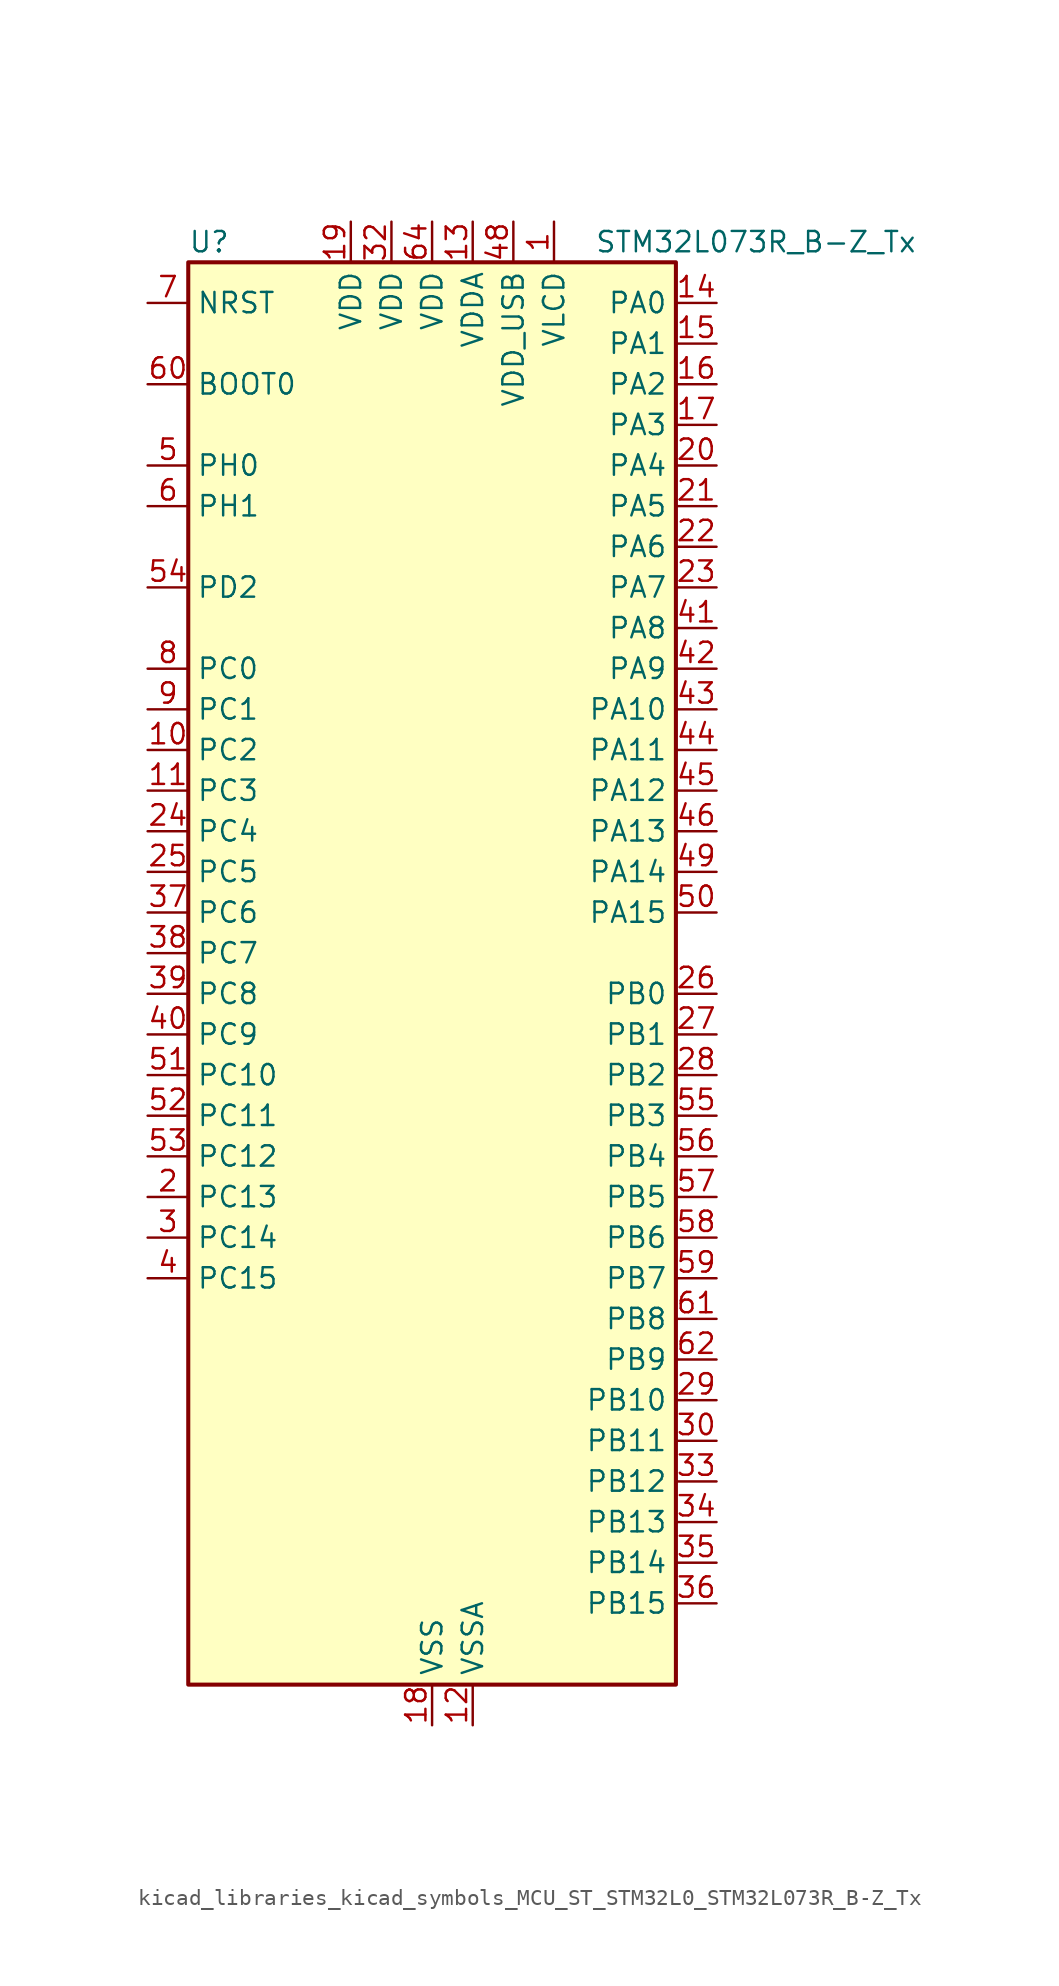
<source format=kicad_sym>
(kicad_symbol_lib
  (version 20220914)
  (generator kicad_symbol_editor)
  (symbol "kicad_libraries_kicad_symbols_MCU_ST_STM32L0_STM32L073R_B-Z_Tx"
    (property "Reference" "U"
      (at -15.24 46.99 0)
      (effects (font (size 1.27 1.27)) (justify left)))
    (property "Value" "STM32L073R_B-Z_Tx"
      (at 10.16 46.99 0)
      (effects (font (size 1.27 1.27)) (justify left)))
    (property "ki_locked" ""
      (at 0 0 0)
      (effects (font (size 1.27 1.27))))
    (symbol "kicad_libraries_kicad_symbols_MCU_ST_STM32L0_STM32L073R_B-Z_Tx_0_1"
      (rectangle (start -15.24 -43.18) (end 15.24 45.72) (stroke (width 0.254) (type default)) (fill (type background))))
    (symbol "kicad_libraries_kicad_symbols_MCU_ST_STM32L0_STM32L073R_B-Z_Tx_1_1"
      (pin power_in line (at 7.62 48.26 270) (length 2.54) (name "VLCD" (effects (font (size 1.27 1.27)))) (number "1" (effects (font (size 1.27 1.27)))))
      (pin bidirectional line (at -17.78 15.24 0) (length 2.54) (name "PC2" (effects (font (size 1.27 1.27)))) (number "10" (effects (font (size 1.27 1.27)))) (alternate "ADC_IN12" bidirectional line) (alternate "I2S2_MCK" bidirectional line) (alternate "LCD_SEG20" bidirectional line) (alternate "LPTIM1_IN2" bidirectional line) (alternate "SPI2_MISO" bidirectional line) (alternate "TSC_G7_IO3" bidirectional line))
      (pin bidirectional line (at -17.78 12.7 0) (length 2.54) (name "PC3" (effects (font (size 1.27 1.27)))) (number "11" (effects (font (size 1.27 1.27)))) (alternate "ADC_IN13" bidirectional line) (alternate "I2S2_SD" bidirectional line) (alternate "LCD_SEG21" bidirectional line) (alternate "LPTIM1_ETR" bidirectional line) (alternate "SPI2_MOSI" bidirectional line) (alternate "TSC_G7_IO4" bidirectional line))
      (pin power_in line (at 2.54 -45.72 90) (length 2.54) (name "VSSA" (effects (font (size 1.27 1.27)))) (number "12" (effects (font (size 1.27 1.27)))))
      (pin power_in line (at 2.54 48.26 270) (length 2.54) (name "VDDA" (effects (font (size 1.27 1.27)))) (number "13" (effects (font (size 1.27 1.27)))))
      (pin bidirectional line (at 17.78 43.18 180) (length 2.54) (name "PA0" (effects (font (size 1.27 1.27)))) (number "14" (effects (font (size 1.27 1.27)))) (alternate "ADC_IN0" bidirectional line) (alternate "COMP1_INM" bidirectional line) (alternate "COMP1_OUT" bidirectional line) (alternate "RTC_TAMP2" bidirectional line) (alternate "SYS_WKUP1" bidirectional line) (alternate "TIM2_CH1" bidirectional line) (alternate "TIM2_ETR" bidirectional line) (alternate "TSC_G1_IO1" bidirectional line) (alternate "USART2_CTS" bidirectional line) (alternate "USART4_TX" bidirectional line))
      (pin bidirectional line (at 17.78 40.64 180) (length 2.54) (name "PA1" (effects (font (size 1.27 1.27)))) (number "15" (effects (font (size 1.27 1.27)))) (alternate "ADC_IN1" bidirectional line) (alternate "COMP1_INP" bidirectional line) (alternate "LCD_SEG0" bidirectional line) (alternate "TIM21_ETR" bidirectional line) (alternate "TIM2_CH2" bidirectional line) (alternate "TSC_G1_IO2" bidirectional line) (alternate "USART2_DE" bidirectional line) (alternate "USART2_RTS" bidirectional line) (alternate "USART4_RX" bidirectional line))
      (pin bidirectional line (at 17.78 38.1 180) (length 2.54) (name "PA2" (effects (font (size 1.27 1.27)))) (number "16" (effects (font (size 1.27 1.27)))) (alternate "ADC_IN2" bidirectional line) (alternate "COMP2_INM" bidirectional line) (alternate "COMP2_OUT" bidirectional line) (alternate "LCD_SEG1" bidirectional line) (alternate "LPUART1_TX" bidirectional line) (alternate "TIM21_CH1" bidirectional line) (alternate "TIM2_CH3" bidirectional line) (alternate "TSC_G1_IO3" bidirectional line) (alternate "USART2_TX" bidirectional line))
      (pin bidirectional line (at 17.78 35.56 180) (length 2.54) (name "PA3" (effects (font (size 1.27 1.27)))) (number "17" (effects (font (size 1.27 1.27)))) (alternate "ADC_IN3" bidirectional line) (alternate "COMP2_INP" bidirectional line) (alternate "LCD_SEG2" bidirectional line) (alternate "LPUART1_RX" bidirectional line) (alternate "TIM21_CH2" bidirectional line) (alternate "TIM2_CH4" bidirectional line) (alternate "TSC_G1_IO4" bidirectional line) (alternate "USART2_RX" bidirectional line))
      (pin power_in line (at 0 -45.72 90) (length 2.54) (name "VSS" (effects (font (size 1.27 1.27)))) (number "18" (effects (font (size 1.27 1.27)))))
      (pin power_in line (at -5.08 48.26 270) (length 2.54) (name "VDD" (effects (font (size 1.27 1.27)))) (number "19" (effects (font (size 1.27 1.27)))))
      (pin bidirectional line (at -17.78 -12.7 0) (length 2.54) (name "PC13" (effects (font (size 1.27 1.27)))) (number "2" (effects (font (size 1.27 1.27)))) (alternate "RTC_OUT_ALARM" bidirectional line) (alternate "RTC_OUT_CALIB" bidirectional line) (alternate "RTC_TAMP1" bidirectional line) (alternate "RTC_TS" bidirectional line) (alternate "SYS_WKUP2" bidirectional line))
      (pin bidirectional line (at 17.78 33.02 180) (length 2.54) (name "PA4" (effects (font (size 1.27 1.27)))) (number "20" (effects (font (size 1.27 1.27)))) (alternate "ADC_IN4" bidirectional line) (alternate "COMP1_INM" bidirectional line) (alternate "COMP2_INM" bidirectional line) (alternate "DAC_OUT1" bidirectional line) (alternate "SPI1_NSS" bidirectional line) (alternate "TIM22_ETR" bidirectional line) (alternate "TSC_G2_IO1" bidirectional line) (alternate "USART2_CK" bidirectional line))
      (pin bidirectional line (at 17.78 30.48 180) (length 2.54) (name "PA5" (effects (font (size 1.27 1.27)))) (number "21" (effects (font (size 1.27 1.27)))) (alternate "ADC_IN5" bidirectional line) (alternate "COMP1_INM" bidirectional line) (alternate "COMP2_INM" bidirectional line) (alternate "DAC_OUT2" bidirectional line) (alternate "SPI1_SCK" bidirectional line) (alternate "TIM2_CH1" bidirectional line) (alternate "TIM2_ETR" bidirectional line) (alternate "TSC_G2_IO2" bidirectional line))
      (pin bidirectional line (at 17.78 27.94 180) (length 2.54) (name "PA6" (effects (font (size 1.27 1.27)))) (number "22" (effects (font (size 1.27 1.27)))) (alternate "ADC_IN6" bidirectional line) (alternate "COMP1_OUT" bidirectional line) (alternate "LCD_SEG3" bidirectional line) (alternate "LPUART1_CTS" bidirectional line) (alternate "SPI1_MISO" bidirectional line) (alternate "TIM22_CH1" bidirectional line) (alternate "TIM3_CH1" bidirectional line) (alternate "TSC_G2_IO3" bidirectional line))
      (pin bidirectional line (at 17.78 25.4 180) (length 2.54) (name "PA7" (effects (font (size 1.27 1.27)))) (number "23" (effects (font (size 1.27 1.27)))) (alternate "ADC_IN7" bidirectional line) (alternate "COMP2_OUT" bidirectional line) (alternate "LCD_SEG4" bidirectional line) (alternate "SPI1_MOSI" bidirectional line) (alternate "TIM22_CH2" bidirectional line) (alternate "TIM3_CH2" bidirectional line) (alternate "TSC_G2_IO4" bidirectional line))
      (pin bidirectional line (at -17.78 10.16 0) (length 2.54) (name "PC4" (effects (font (size 1.27 1.27)))) (number "24" (effects (font (size 1.27 1.27)))) (alternate "ADC_IN14" bidirectional line) (alternate "LCD_SEG22" bidirectional line) (alternate "LPUART1_TX" bidirectional line))
      (pin bidirectional line (at -17.78 7.62 0) (length 2.54) (name "PC5" (effects (font (size 1.27 1.27)))) (number "25" (effects (font (size 1.27 1.27)))) (alternate "ADC_IN15" bidirectional line) (alternate "LCD_SEG23" bidirectional line) (alternate "LPUART1_RX" bidirectional line) (alternate "TSC_G3_IO1" bidirectional line))
      (pin bidirectional line (at 17.78 0 180) (length 2.54) (name "PB0" (effects (font (size 1.27 1.27)))) (number "26" (effects (font (size 1.27 1.27)))) (alternate "ADC_IN8" bidirectional line) (alternate "LCD_SEG5" bidirectional line) (alternate "LCD_VLCD3" bidirectional line) (alternate "SYS_VREF_OUT_PB0" bidirectional line) (alternate "TIM3_CH3" bidirectional line) (alternate "TSC_G3_IO2" bidirectional line))
      (pin bidirectional line (at 17.78 -2.54 180) (length 2.54) (name "PB1" (effects (font (size 1.27 1.27)))) (number "27" (effects (font (size 1.27 1.27)))) (alternate "ADC_IN9" bidirectional line) (alternate "LCD_SEG6" bidirectional line) (alternate "LPUART1_DE" bidirectional line) (alternate "LPUART1_RTS" bidirectional line) (alternate "SYS_VREF_OUT_PB1" bidirectional line) (alternate "TIM3_CH4" bidirectional line) (alternate "TSC_G3_IO3" bidirectional line))
      (pin bidirectional line (at 17.78 -5.08 180) (length 2.54) (name "PB2" (effects (font (size 1.27 1.27)))) (number "28" (effects (font (size 1.27 1.27)))) (alternate "I2C3_SMBA" bidirectional line) (alternate "LCD_VLCD2" bidirectional line) (alternate "LPTIM1_OUT" bidirectional line) (alternate "TSC_G3_IO4" bidirectional line))
      (pin bidirectional line (at 17.78 -25.4 180) (length 2.54) (name "PB10" (effects (font (size 1.27 1.27)))) (number "29" (effects (font (size 1.27 1.27)))) (alternate "I2C2_SCL" bidirectional line) (alternate "LCD_SEG10" bidirectional line) (alternate "LPUART1_RX" bidirectional line) (alternate "LPUART1_TX" bidirectional line) (alternate "SPI2_SCK" bidirectional line) (alternate "TIM2_CH3" bidirectional line) (alternate "TSC_SYNC" bidirectional line))
      (pin bidirectional line (at -17.78 -15.24 0) (length 2.54) (name "PC14" (effects (font (size 1.27 1.27)))) (number "3" (effects (font (size 1.27 1.27)))) (alternate "RCC_OSC32_IN" bidirectional line))
      (pin bidirectional line (at 17.78 -27.94 180) (length 2.54) (name "PB11" (effects (font (size 1.27 1.27)))) (number "30" (effects (font (size 1.27 1.27)))) (alternate "ADC_EXTI11" bidirectional line) (alternate "I2C2_SDA" bidirectional line) (alternate "LCD_SEG11" bidirectional line) (alternate "LPUART1_RX" bidirectional line) (alternate "LPUART1_TX" bidirectional line) (alternate "TIM2_CH4" bidirectional line) (alternate "TSC_G6_IO1" bidirectional line))
      (pin passive line (at 0 -45.72 90) (length 2.54) hide (name "VSS" (effects (font (size 1.27 1.27)))) (number "31" (effects (font (size 1.27 1.27)))))
      (pin power_in line (at -2.54 48.26 270) (length 2.54) (name "VDD" (effects (font (size 1.27 1.27)))) (number "32" (effects (font (size 1.27 1.27)))))
      (pin bidirectional line (at 17.78 -30.48 180) (length 2.54) (name "PB12" (effects (font (size 1.27 1.27)))) (number "33" (effects (font (size 1.27 1.27)))) (alternate "I2S2_WS" bidirectional line) (alternate "LCD_SEG12" bidirectional line) (alternate "LCD_VLCD2" bidirectional line) (alternate "LPUART1_DE" bidirectional line) (alternate "LPUART1_RTS" bidirectional line) (alternate "SPI2_NSS" bidirectional line) (alternate "TSC_G6_IO2" bidirectional line))
      (pin bidirectional line (at 17.78 -33.02 180) (length 2.54) (name "PB13" (effects (font (size 1.27 1.27)))) (number "34" (effects (font (size 1.27 1.27)))) (alternate "I2C2_SCL" bidirectional line) (alternate "I2S2_CK" bidirectional line) (alternate "LCD_SEG13" bidirectional line) (alternate "LPUART1_CTS" bidirectional line) (alternate "RCC_MCO" bidirectional line) (alternate "SPI2_SCK" bidirectional line) (alternate "TIM21_CH1" bidirectional line) (alternate "TSC_G6_IO3" bidirectional line))
      (pin bidirectional line (at 17.78 -35.56 180) (length 2.54) (name "PB14" (effects (font (size 1.27 1.27)))) (number "35" (effects (font (size 1.27 1.27)))) (alternate "I2C2_SDA" bidirectional line) (alternate "I2S2_MCK" bidirectional line) (alternate "LCD_SEG14" bidirectional line) (alternate "LPUART1_DE" bidirectional line) (alternate "LPUART1_RTS" bidirectional line) (alternate "RTC_OUT_ALARM" bidirectional line) (alternate "RTC_OUT_CALIB" bidirectional line) (alternate "SPI2_MISO" bidirectional line) (alternate "TIM21_CH2" bidirectional line) (alternate "TSC_G6_IO4" bidirectional line))
      (pin bidirectional line (at 17.78 -38.1 180) (length 2.54) (name "PB15" (effects (font (size 1.27 1.27)))) (number "36" (effects (font (size 1.27 1.27)))) (alternate "I2S2_SD" bidirectional line) (alternate "LCD_SEG15" bidirectional line) (alternate "RTC_REFIN" bidirectional line) (alternate "SPI2_MOSI" bidirectional line))
      (pin bidirectional line (at -17.78 5.08 0) (length 2.54) (name "PC6" (effects (font (size 1.27 1.27)))) (number "37" (effects (font (size 1.27 1.27)))) (alternate "LCD_SEG24" bidirectional line) (alternate "TIM22_CH1" bidirectional line) (alternate "TIM3_CH1" bidirectional line) (alternate "TSC_G8_IO1" bidirectional line))
      (pin bidirectional line (at -17.78 2.54 0) (length 2.54) (name "PC7" (effects (font (size 1.27 1.27)))) (number "38" (effects (font (size 1.27 1.27)))) (alternate "LCD_SEG25" bidirectional line) (alternate "TIM22_CH2" bidirectional line) (alternate "TIM3_CH2" bidirectional line) (alternate "TSC_G8_IO2" bidirectional line))
      (pin bidirectional line (at -17.78 0 0) (length 2.54) (name "PC8" (effects (font (size 1.27 1.27)))) (number "39" (effects (font (size 1.27 1.27)))) (alternate "LCD_SEG26" bidirectional line) (alternate "TIM22_ETR" bidirectional line) (alternate "TIM3_CH3" bidirectional line) (alternate "TSC_G8_IO3" bidirectional line))
      (pin bidirectional line (at -17.78 -17.78 0) (length 2.54) (name "PC15" (effects (font (size 1.27 1.27)))) (number "4" (effects (font (size 1.27 1.27)))) (alternate "RCC_OSC32_OUT" bidirectional line))
      (pin bidirectional line (at -17.78 -2.54 0) (length 2.54) (name "PC9" (effects (font (size 1.27 1.27)))) (number "40" (effects (font (size 1.27 1.27)))) (alternate "DAC_EXTI9" bidirectional line) (alternate "I2C3_SDA" bidirectional line) (alternate "LCD_SEG27" bidirectional line) (alternate "TIM21_ETR" bidirectional line) (alternate "TIM3_CH4" bidirectional line) (alternate "TSC_G8_IO4" bidirectional line) (alternate "USB_NOE" bidirectional line))
      (pin bidirectional line (at 17.78 22.86 180) (length 2.54) (name "PA8" (effects (font (size 1.27 1.27)))) (number "41" (effects (font (size 1.27 1.27)))) (alternate "CRS_SYNC" bidirectional line) (alternate "I2C3_SCL" bidirectional line) (alternate "LCD_COM0" bidirectional line) (alternate "RCC_MCO" bidirectional line) (alternate "USART1_CK" bidirectional line))
      (pin bidirectional line (at 17.78 20.32 180) (length 2.54) (name "PA9" (effects (font (size 1.27 1.27)))) (number "42" (effects (font (size 1.27 1.27)))) (alternate "DAC_EXTI9" bidirectional line) (alternate "I2C1_SCL" bidirectional line) (alternate "I2C3_SMBA" bidirectional line) (alternate "LCD_COM1" bidirectional line) (alternate "RCC_MCO" bidirectional line) (alternate "TSC_G4_IO1" bidirectional line) (alternate "USART1_TX" bidirectional line))
      (pin bidirectional line (at 17.78 17.78 180) (length 2.54) (name "PA10" (effects (font (size 1.27 1.27)))) (number "43" (effects (font (size 1.27 1.27)))) (alternate "I2C1_SDA" bidirectional line) (alternate "LCD_COM2" bidirectional line) (alternate "TSC_G4_IO2" bidirectional line) (alternate "USART1_RX" bidirectional line))
      (pin bidirectional line (at 17.78 15.24 180) (length 2.54) (name "PA11" (effects (font (size 1.27 1.27)))) (number "44" (effects (font (size 1.27 1.27)))) (alternate "ADC_EXTI11" bidirectional line) (alternate "COMP1_OUT" bidirectional line) (alternate "SPI1_MISO" bidirectional line) (alternate "TSC_G4_IO3" bidirectional line) (alternate "USART1_CTS" bidirectional line) (alternate "USB_DM" bidirectional line))
      (pin bidirectional line (at 17.78 12.7 180) (length 2.54) (name "PA12" (effects (font (size 1.27 1.27)))) (number "45" (effects (font (size 1.27 1.27)))) (alternate "COMP2_OUT" bidirectional line) (alternate "SPI1_MOSI" bidirectional line) (alternate "TSC_G4_IO4" bidirectional line) (alternate "USART1_DE" bidirectional line) (alternate "USART1_RTS" bidirectional line) (alternate "USB_DP" bidirectional line))
      (pin bidirectional line (at 17.78 10.16 180) (length 2.54) (name "PA13" (effects (font (size 1.27 1.27)))) (number "46" (effects (font (size 1.27 1.27)))) (alternate "LPUART1_RX" bidirectional line) (alternate "SYS_SWDIO" bidirectional line) (alternate "USB_NOE" bidirectional line))
      (pin passive line (at 0 -45.72 90) (length 2.54) hide (name "VSS" (effects (font (size 1.27 1.27)))) (number "47" (effects (font (size 1.27 1.27)))))
      (pin power_in line (at 5.08 48.26 270) (length 2.54) (name "VDD_USB" (effects (font (size 1.27 1.27)))) (number "48" (effects (font (size 1.27 1.27)))))
      (pin bidirectional line (at 17.78 7.62 180) (length 2.54) (name "PA14" (effects (font (size 1.27 1.27)))) (number "49" (effects (font (size 1.27 1.27)))) (alternate "LPUART1_TX" bidirectional line) (alternate "SYS_SWCLK" bidirectional line) (alternate "USART2_TX" bidirectional line))
      (pin bidirectional line (at -17.78 33.02 0) (length 2.54) (name "PH0" (effects (font (size 1.27 1.27)))) (number "5" (effects (font (size 1.27 1.27)))) (alternate "CRS_SYNC" bidirectional line) (alternate "RCC_OSC_IN" bidirectional line))
      (pin bidirectional line (at 17.78 5.08 180) (length 2.54) (name "PA15" (effects (font (size 1.27 1.27)))) (number "50" (effects (font (size 1.27 1.27)))) (alternate "LCD_SEG17" bidirectional line) (alternate "SPI1_NSS" bidirectional line) (alternate "TIM2_CH1" bidirectional line) (alternate "TIM2_ETR" bidirectional line) (alternate "USART2_RX" bidirectional line) (alternate "USART4_DE" bidirectional line) (alternate "USART4_RTS" bidirectional line))
      (pin bidirectional line (at -17.78 -5.08 0) (length 2.54) (name "PC10" (effects (font (size 1.27 1.27)))) (number "51" (effects (font (size 1.27 1.27)))) (alternate "LCD_COM4" bidirectional line) (alternate "LCD_SEG28" bidirectional line) (alternate "LPUART1_TX" bidirectional line) (alternate "USART4_TX" bidirectional line))
      (pin bidirectional line (at -17.78 -7.62 0) (length 2.54) (name "PC11" (effects (font (size 1.27 1.27)))) (number "52" (effects (font (size 1.27 1.27)))) (alternate "ADC_EXTI11" bidirectional line) (alternate "LCD_COM5" bidirectional line) (alternate "LCD_SEG29" bidirectional line) (alternate "LPUART1_RX" bidirectional line) (alternate "USART4_RX" bidirectional line))
      (pin bidirectional line (at -17.78 -10.16 0) (length 2.54) (name "PC12" (effects (font (size 1.27 1.27)))) (number "53" (effects (font (size 1.27 1.27)))) (alternate "LCD_COM6" bidirectional line) (alternate "LCD_SEG30" bidirectional line) (alternate "USART4_CK" bidirectional line) (alternate "USART5_TX" bidirectional line))
      (pin bidirectional line (at -17.78 25.4 0) (length 2.54) (name "PD2" (effects (font (size 1.27 1.27)))) (number "54" (effects (font (size 1.27 1.27)))) (alternate "LCD_COM7" bidirectional line) (alternate "LCD_SEG31" bidirectional line) (alternate "LPUART1_DE" bidirectional line) (alternate "LPUART1_RTS" bidirectional line) (alternate "TIM3_ETR" bidirectional line) (alternate "USART5_RX" bidirectional line))
      (pin bidirectional line (at 17.78 -7.62 180) (length 2.54) (name "PB3" (effects (font (size 1.27 1.27)))) (number "55" (effects (font (size 1.27 1.27)))) (alternate "COMP2_INM" bidirectional line) (alternate "LCD_SEG7" bidirectional line) (alternate "SPI1_SCK" bidirectional line) (alternate "TIM2_CH2" bidirectional line) (alternate "TSC_G5_IO1" bidirectional line) (alternate "USART1_DE" bidirectional line) (alternate "USART1_RTS" bidirectional line) (alternate "USART5_TX" bidirectional line))
      (pin bidirectional line (at 17.78 -10.16 180) (length 2.54) (name "PB4" (effects (font (size 1.27 1.27)))) (number "56" (effects (font (size 1.27 1.27)))) (alternate "COMP2_INP" bidirectional line) (alternate "I2C3_SDA" bidirectional line) (alternate "LCD_SEG8" bidirectional line) (alternate "SPI1_MISO" bidirectional line) (alternate "TIM22_CH1" bidirectional line) (alternate "TIM3_CH1" bidirectional line) (alternate "TSC_G5_IO2" bidirectional line) (alternate "USART1_CTS" bidirectional line) (alternate "USART5_RX" bidirectional line))
      (pin bidirectional line (at 17.78 -12.7 180) (length 2.54) (name "PB5" (effects (font (size 1.27 1.27)))) (number "57" (effects (font (size 1.27 1.27)))) (alternate "COMP2_INP" bidirectional line) (alternate "I2C1_SMBA" bidirectional line) (alternate "LCD_SEG9" bidirectional line) (alternate "LPTIM1_IN1" bidirectional line) (alternate "SPI1_MOSI" bidirectional line) (alternate "TIM22_CH2" bidirectional line) (alternate "TIM3_CH2" bidirectional line) (alternate "USART1_CK" bidirectional line) (alternate "USART5_CK" bidirectional line) (alternate "USART5_DE" bidirectional line) (alternate "USART5_RTS" bidirectional line))
      (pin bidirectional line (at 17.78 -15.24 180) (length 2.54) (name "PB6" (effects (font (size 1.27 1.27)))) (number "58" (effects (font (size 1.27 1.27)))) (alternate "COMP2_INP" bidirectional line) (alternate "I2C1_SCL" bidirectional line) (alternate "LPTIM1_ETR" bidirectional line) (alternate "TSC_G5_IO3" bidirectional line) (alternate "USART1_TX" bidirectional line))
      (pin bidirectional line (at 17.78 -17.78 180) (length 2.54) (name "PB7" (effects (font (size 1.27 1.27)))) (number "59" (effects (font (size 1.27 1.27)))) (alternate "COMP2_INP" bidirectional line) (alternate "I2C1_SDA" bidirectional line) (alternate "LPTIM1_IN2" bidirectional line) (alternate "SYS_PVD_IN" bidirectional line) (alternate "TSC_G5_IO4" bidirectional line) (alternate "USART1_RX" bidirectional line) (alternate "USART4_CTS" bidirectional line))
      (pin bidirectional line (at -17.78 30.48 0) (length 2.54) (name "PH1" (effects (font (size 1.27 1.27)))) (number "6" (effects (font (size 1.27 1.27)))) (alternate "RCC_OSC_OUT" bidirectional line))
      (pin input line (at -17.78 38.1 0) (length 2.54) (name "BOOT0" (effects (font (size 1.27 1.27)))) (number "60" (effects (font (size 1.27 1.27)))))
      (pin bidirectional line (at 17.78 -20.32 180) (length 2.54) (name "PB8" (effects (font (size 1.27 1.27)))) (number "61" (effects (font (size 1.27 1.27)))) (alternate "I2C1_SCL" bidirectional line) (alternate "LCD_SEG16" bidirectional line) (alternate "TSC_SYNC" bidirectional line))
      (pin bidirectional line (at 17.78 -22.86 180) (length 2.54) (name "PB9" (effects (font (size 1.27 1.27)))) (number "62" (effects (font (size 1.27 1.27)))) (alternate "DAC_EXTI9" bidirectional line) (alternate "I2C1_SDA" bidirectional line) (alternate "I2S2_WS" bidirectional line) (alternate "LCD_COM3" bidirectional line) (alternate "SPI2_NSS" bidirectional line))
      (pin passive line (at 0 -45.72 90) (length 2.54) hide (name "VSS" (effects (font (size 1.27 1.27)))) (number "63" (effects (font (size 1.27 1.27)))))
      (pin power_in line (at 0 48.26 270) (length 2.54) (name "VDD" (effects (font (size 1.27 1.27)))) (number "64" (effects (font (size 1.27 1.27)))))
      (pin input line (at -17.78 43.18 0) (length 2.54) (name "NRST" (effects (font (size 1.27 1.27)))) (number "7" (effects (font (size 1.27 1.27)))))
      (pin bidirectional line (at -17.78 20.32 0) (length 2.54) (name "PC0" (effects (font (size 1.27 1.27)))) (number "8" (effects (font (size 1.27 1.27)))) (alternate "ADC_IN10" bidirectional line) (alternate "I2C3_SCL" bidirectional line) (alternate "LCD_SEG18" bidirectional line) (alternate "LPTIM1_IN1" bidirectional line) (alternate "LPUART1_RX" bidirectional line) (alternate "TSC_G7_IO1" bidirectional line))
      (pin bidirectional line (at -17.78 17.78 0) (length 2.54) (name "PC1" (effects (font (size 1.27 1.27)))) (number "9" (effects (font (size 1.27 1.27)))) (alternate "ADC_IN11" bidirectional line) (alternate "I2C3_SDA" bidirectional line) (alternate "LCD_SEG19" bidirectional line) (alternate "LPTIM1_OUT" bidirectional line) (alternate "LPUART1_TX" bidirectional line) (alternate "TSC_G7_IO2" bidirectional line)))))
</source>
